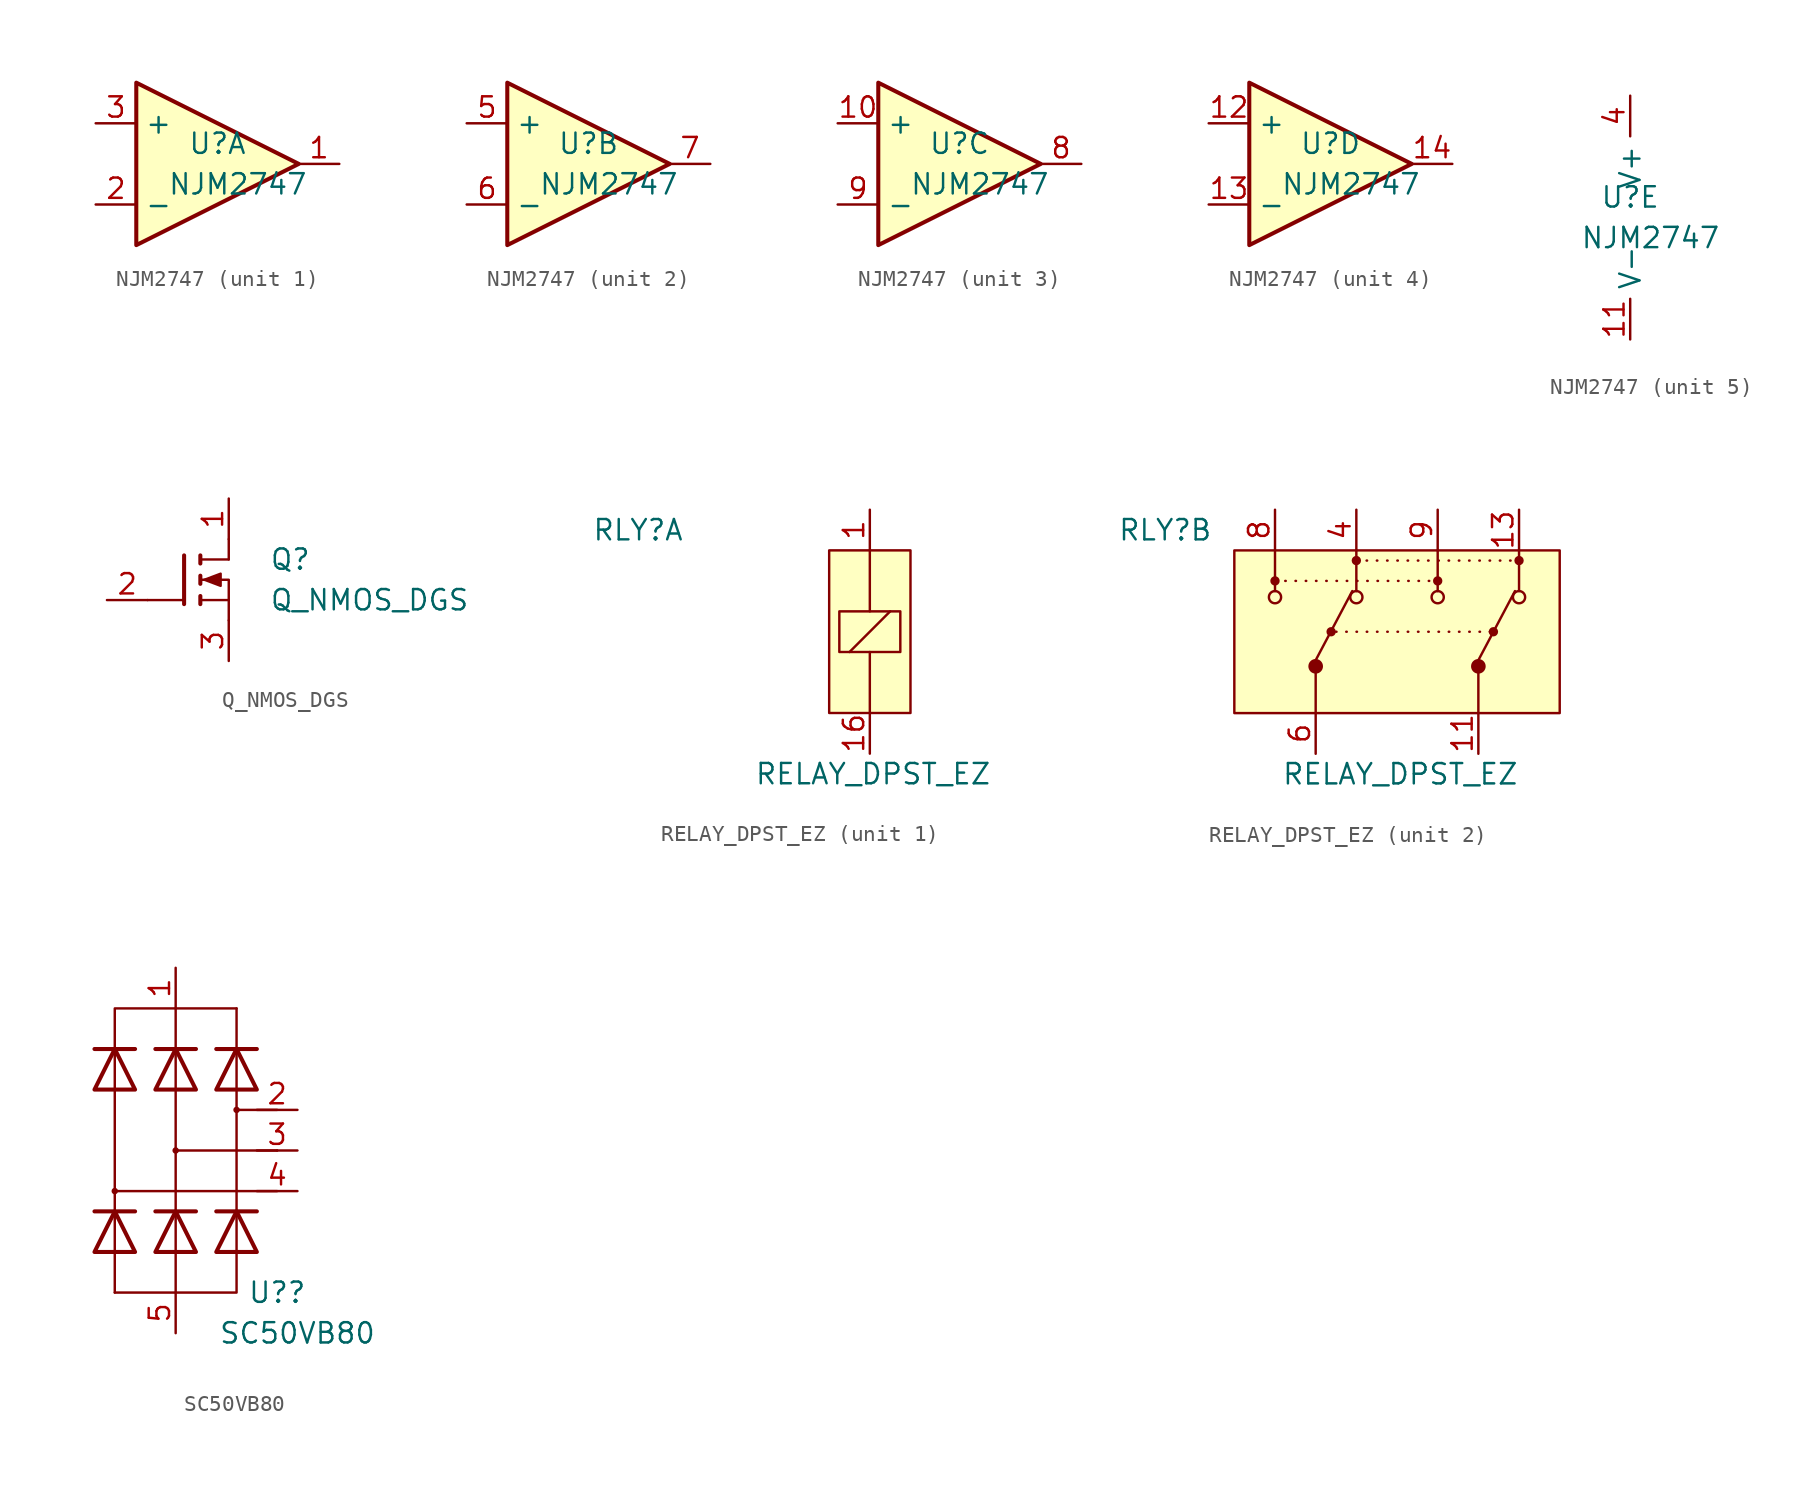
<source format=kicad_sym>
(kicad_symbol_lib
  (version 20220914)
  (generator kicad_symbol_editor)
  (symbol "NJM2747"
    (property "Reference" "U"
      (at 0 1.27 0)
      (effects (font (size 1.27 1.27))))
    (property "Value" "NJM2747"
      (at 1.27 -1.27 0)
      (effects (font (size 1.27 1.27))))
    (property "ki_locked" ""
      (at 0 0 0)
      (effects (font (size 1.27 1.27))))
    (symbol "NJM2747_1_1"
      (polyline (pts (xy -5.08 5.08) (xy 5.08 0) (xy -5.08 -5.08) (xy -5.08 5.08)) (stroke (width 0.254) (type default)) (fill (type background)))
      (pin output line (at 7.62 0 180) (length 2.54) (name "~" (effects (font (size 1.27 1.27)))) (number "1" (effects (font (size 1.27 1.27)))))
      (pin input line (at -7.62 -2.54 0) (length 2.54) (name "-" (effects (font (size 1.27 1.27)))) (number "2" (effects (font (size 1.27 1.27)))))
      (pin input line (at -7.62 2.54 0) (length 2.54) (name "+" (effects (font (size 1.27 1.27)))) (number "3" (effects (font (size 1.27 1.27))))))
    (symbol "NJM2747_2_1"
      (polyline (pts (xy -5.08 5.08) (xy 5.08 0) (xy -5.08 -5.08) (xy -5.08 5.08)) (stroke (width 0.254) (type default)) (fill (type background)))
      (pin input line (at -7.62 2.54 0) (length 2.54) (name "+" (effects (font (size 1.27 1.27)))) (number "5" (effects (font (size 1.27 1.27)))))
      (pin input line (at -7.62 -2.54 0) (length 2.54) (name "-" (effects (font (size 1.27 1.27)))) (number "6" (effects (font (size 1.27 1.27)))))
      (pin output line (at 7.62 0 180) (length 2.54) (name "~" (effects (font (size 1.27 1.27)))) (number "7" (effects (font (size 1.27 1.27))))))
    (symbol "NJM2747_3_1"
      (polyline (pts (xy -5.08 5.08) (xy 5.08 0) (xy -5.08 -5.08) (xy -5.08 5.08)) (stroke (width 0.254) (type default)) (fill (type background)))
      (pin input line (at -7.62 2.54 0) (length 2.54) (name "+" (effects (font (size 1.27 1.27)))) (number "10" (effects (font (size 1.27 1.27)))))
      (pin output line (at 7.62 0 180) (length 2.54) (name "~" (effects (font (size 1.27 1.27)))) (number "8" (effects (font (size 1.27 1.27)))))
      (pin input line (at -7.62 -2.54 0) (length 2.54) (name "-" (effects (font (size 1.27 1.27)))) (number "9" (effects (font (size 1.27 1.27))))))
    (symbol "NJM2747_4_1"
      (polyline (pts (xy -5.08 5.08) (xy 5.08 0) (xy -5.08 -5.08) (xy -5.08 5.08)) (stroke (width 0.254) (type default)) (fill (type background)))
      (pin input line (at -7.62 2.54 0) (length 2.54) (name "+" (effects (font (size 1.27 1.27)))) (number "12" (effects (font (size 1.27 1.27)))))
      (pin input line (at -7.62 -2.54 0) (length 2.54) (name "-" (effects (font (size 1.27 1.27)))) (number "13" (effects (font (size 1.27 1.27)))))
      (pin output line (at 7.62 0 180) (length 2.54) (name "~" (effects (font (size 1.27 1.27)))) (number "14" (effects (font (size 1.27 1.27))))))
    (symbol "NJM2747_5_1"
      (pin power_in line (at 0 -7.62 90) (length 2.54) (name "V-" (effects (font (size 1.27 1.27)))) (number "11" (effects (font (size 1.27 1.27)))))
      (pin power_in line (at 0 7.62 270) (length 2.54) (name "V+" (effects (font (size 1.27 1.27)))) (number "4" (effects (font (size 1.27 1.27)))))))
  (symbol "Q_NMOS_DGS"
    (pin_names
      (offset 0) hide)
    (property "Reference" "Q"
      (at 5.08 1.27 0)
      (effects (font (size 1.27 1.27)) (justify left)))
    (property "Value" "Q_NMOS_DGS"
      (at 5.08 -1.27 0)
      (effects (font (size 1.27 1.27)) (justify left)))
    (symbol "Q_NMOS_DGS_0_1"
      (polyline (pts (xy -2.54 -1.27) (xy -0.254 -1.27)) (stroke (width 0) (type default)) (fill (type none)))
      (polyline (pts (xy -0.254 1.524) (xy -0.254 -1.524)) (stroke (width 0.254) (type default)) (fill (type none)))
      (polyline (pts (xy 0.762 -1.016) (xy 0.762 -1.524)) (stroke (width 0.254) (type default)) (fill (type none)))
      (polyline (pts (xy 0.762 0.254) (xy 0.762 -0.254)) (stroke (width 0.254) (type default)) (fill (type none)))
      (polyline (pts (xy 0.762 1.524) (xy 0.762 1.016)) (stroke (width 0.254) (type default)) (fill (type none)))
      (polyline (pts (xy 2.54 -1.27) (xy 0.762 -1.27)) (stroke (width 0) (type default)) (fill (type none)))
      (polyline (pts (xy 2.54 1.27) (xy 0.762 1.27)) (stroke (width 0) (type default)) (fill (type none)))
      (polyline (pts (xy 2.54 2.54) (xy 2.54 1.27)) (stroke (width 0) (type default)) (fill (type none)))
      (polyline (pts (xy 2.54 -2.54) (xy 2.54 0) (xy 0.762 0)) (stroke (width 0) (type default)) (fill (type none)))
      (polyline (pts (xy 1.016 0) (xy 2.032 0.381) (xy 2.032 -0.381) (xy 1.016 0)) (stroke (width 0) (type default)) (fill (type outline))))
    (symbol "Q_NMOS_DGS_1_0"
      (pin input line (at -5.08 -1.27 0) (length 2.54) (name "G" (effects (font (size 1.27 1.27)))) (number "2" (effects (font (size 1.27 1.27))))))
    (symbol "Q_NMOS_DGS_1_1"
      (pin passive line (at 2.54 5.08 270) (length 2.54) (name "D" (effects (font (size 1.27 1.27)))) (number "1" (effects (font (size 1.27 1.27)))))
      (pin passive line (at 2.54 -5.08 90) (length 2.54) (name "S" (effects (font (size 1.27 1.27)))) (number "3" (effects (font (size 1.27 1.27)))))))
  (symbol "RELAY_DPST_EZ"
    (pin_names
      (offset 1.016) hide)
    (property "Reference" "RLY"
      (at -14.478 6.35 0)
      (effects (font (size 1.27 1.27))))
    (property "Value" "RELAY_DPST_EZ"
      (at 7.62 -8.89 0)
      (effects (font (size 1.27 1.27)) (justify right)))
    (symbol "RELAY_DPST_EZ_1_1"
      (rectangle (start -2.54 5.08) (end 2.54 -5.08) (stroke (width 0) (type solid)) (fill (type background)))
      (rectangle (start -1.905 1.27) (end 1.905 -1.27) (stroke (width 0) (type solid)) (fill (type none)))
      (polyline (pts (xy -1.27 -1.27) (xy 1.27 1.27)) (stroke (width 0) (type solid)) (fill (type none)))
      (polyline (pts (xy 0 -5.08) (xy 0 -1.27)) (stroke (width 0) (type solid)) (fill (type none)))
      (polyline (pts (xy 0 5.08) (xy 0 1.27)) (stroke (width 0) (type solid)) (fill (type none)))
      (pin passive line (at 0 7.62 270) (length 2.54) (name "COIL" (effects (font (size 1.27 1.27)))) (number "1" (effects (font (size 1.27 1.27)))))
      (pin passive line (at 0 -7.62 90) (length 2.54) (name "COIL" (effects (font (size 1.27 1.27)))) (number "16" (effects (font (size 1.27 1.27))))))
    (symbol "RELAY_DPST_EZ_2_1"
      (rectangle (start -10.16 5.08) (end 10.16 -5.08) (stroke (width 0) (type solid)) (fill (type background)))
      (circle (center -7.62 2.159) (radius 0.381) (stroke (width 0) (type solid)) (fill (type none)))
      (circle (center -7.62 3.175) (radius 0.217) (stroke (width 0) (type default)) (fill (type outline)))
      (circle (center -5.08 -2.159) (radius 0.381) (stroke (width 0) (type solid)) (fill (type outline)))
      (circle (center -4.115 0) (radius 0.217) (stroke (width 0) (type default)) (fill (type outline)))
      (circle (center -2.54 2.159) (radius 0.381) (stroke (width 0) (type solid)) (fill (type none)))
      (circle (center -2.54 4.445) (radius 0.217) (stroke (width 0) (type default)) (fill (type outline)))
      (polyline (pts (xy -7.62 3.175) (xy 2.54 3.175)) (stroke (width 0) (type dot)) (fill (type none)))
      (polyline (pts (xy -7.62 5.08) (xy -7.62 2.54)) (stroke (width 0) (type solid)) (fill (type none)))
      (polyline (pts (xy -5.08 -5.08) (xy -5.08 -2.54)) (stroke (width 0) (type solid)) (fill (type none)))
      (polyline (pts (xy -5.08 -1.778) (xy -2.794 2.54)) (stroke (width 0) (type solid)) (fill (type none)))
      (polyline (pts (xy -3.81 0) (xy 6.35 0)) (stroke (width 0) (type dot)) (fill (type none)))
      (polyline (pts (xy -2.54 4.445) (xy 7.62 4.445)) (stroke (width 0) (type dot)) (fill (type none)))
      (polyline (pts (xy -2.54 5.08) (xy -2.54 2.54)) (stroke (width 0) (type solid)) (fill (type none)))
      (polyline (pts (xy 2.54 5.08) (xy 2.54 2.54)) (stroke (width 0) (type solid)) (fill (type none)))
      (polyline (pts (xy 5.08 -5.08) (xy 5.08 -2.54)) (stroke (width 0) (type solid)) (fill (type none)))
      (polyline (pts (xy 5.08 -1.778) (xy 7.366 2.54)) (stroke (width 0) (type solid)) (fill (type none)))
      (polyline (pts (xy 7.62 5.08) (xy 7.62 2.54)) (stroke (width 0) (type solid)) (fill (type none)))
      (circle (center 2.54 2.159) (radius 0.381) (stroke (width 0) (type solid)) (fill (type none)))
      (circle (center 2.54 3.175) (radius 0.217) (stroke (width 0) (type default)) (fill (type outline)))
      (circle (center 5.08 -2.159) (radius 0.381) (stroke (width 0) (type solid)) (fill (type outline)))
      (circle (center 6.02 0) (radius 0.217) (stroke (width 0) (type default)) (fill (type outline)))
      (circle (center 7.62 2.159) (radius 0.381) (stroke (width 0) (type solid)) (fill (type none)))
      (circle (center 7.62 4.445) (radius 0.217) (stroke (width 0) (type default)) (fill (type outline)))
      (pin passive line (at 5.08 -7.62 90) (length 2.54) (name "COM2" (effects (font (size 1.27 1.27)))) (number "11" (effects (font (size 1.27 1.27)))))
      (pin passive line (at 7.62 7.62 270) (length 2.54) (name "NC2" (effects (font (size 1.27 1.27)))) (number "13" (effects (font (size 1.27 1.27)))))
      (pin passive line (at -2.54 7.62 270) (length 2.54) (name "NC1" (effects (font (size 1.27 1.27)))) (number "4" (effects (font (size 1.27 1.27)))))
      (pin passive line (at -5.08 -7.62 90) (length 2.54) (name "COM1" (effects (font (size 1.27 1.27)))) (number "6" (effects (font (size 1.27 1.27)))))
      (pin passive line (at -7.62 7.62 270) (length 2.54) (name "NO1" (effects (font (size 1.27 1.27)))) (number "8" (effects (font (size 1.27 1.27)))))
      (pin passive line (at 2.54 7.62 270) (length 2.54) (name "NO2" (effects (font (size 1.27 1.27)))) (number "9" (effects (font (size 1.27 1.27)))))))
  (symbol "SC50VB80"
    (property "Reference" "U?"
      (at 6.35 -8.89 0)
      (effects (font (size 1.27 1.27))))
    (property "Value" "SC50VB80"
      (at 7.62 -11.43 0)
      (effects (font (size 1.27 1.27))))
    (symbol "SC50VB80_0_1"
      (polyline (pts (xy -3.81 -6.35) (xy -3.81 -3.81)) (stroke (width 0) (type default)) (fill (type none)))
      (polyline (pts (xy -3.81 3.81) (xy -3.81 -3.81)) (stroke (width 0) (type default)) (fill (type none)))
      (polyline (pts (xy -3.81 3.81) (xy -3.81 6.35)) (stroke (width 0) (type default)) (fill (type none)))
      (polyline (pts (xy -2.54 -3.81) (xy -5.08 -3.81)) (stroke (width 0.254) (type default)) (fill (type none)))
      (polyline (pts (xy -2.54 6.35) (xy -5.08 6.35)) (stroke (width 0.254) (type default)) (fill (type none)))
      (polyline (pts (xy 0 -6.35) (xy 0 -3.81)) (stroke (width 0) (type default)) (fill (type none)))
      (polyline (pts (xy 0 3.81) (xy 0 -3.81)) (stroke (width 0) (type default)) (fill (type none)))
      (polyline (pts (xy 0 3.81) (xy 0 6.35)) (stroke (width 0) (type default)) (fill (type none)))
      (polyline (pts (xy 1.27 -3.81) (xy -1.27 -3.81)) (stroke (width 0.254) (type default)) (fill (type none)))
      (polyline (pts (xy 1.27 6.35) (xy -1.27 6.35)) (stroke (width 0.254) (type default)) (fill (type none)))
      (polyline (pts (xy 3.81 -6.35) (xy 3.81 -3.81)) (stroke (width 0) (type default)) (fill (type none)))
      (polyline (pts (xy 3.81 3.81) (xy 3.81 -3.81)) (stroke (width 0) (type default)) (fill (type none)))
      (polyline (pts (xy 3.81 3.81) (xy 3.81 6.35)) (stroke (width 0) (type default)) (fill (type none)))
      (polyline (pts (xy 5.08 -3.81) (xy 2.54 -3.81)) (stroke (width 0.254) (type default)) (fill (type none)))
      (polyline (pts (xy 5.08 6.35) (xy 2.54 6.35)) (stroke (width 0.254) (type default)) (fill (type none)))
      (polyline (pts (xy 6.35 0) (xy 6.35 0)) (stroke (width 0) (type default)) (fill (type none)))
      (polyline (pts (xy -2.54 -6.35) (xy -5.08 -6.35) (xy -3.81 -3.81) (xy -2.54 -6.35)) (stroke (width 0.254) (type default)) (fill (type none)))
      (polyline (pts (xy -2.54 3.81) (xy -5.08 3.81) (xy -3.81 6.35) (xy -2.54 3.81)) (stroke (width 0.254) (type default)) (fill (type none)))
      (polyline (pts (xy 1.27 -6.35) (xy -1.27 -6.35) (xy 0 -3.81) (xy 1.27 -6.35)) (stroke (width 0.254) (type default)) (fill (type none)))
      (polyline (pts (xy 1.27 3.81) (xy -1.27 3.81) (xy 0 6.35) (xy 1.27 3.81)) (stroke (width 0.254) (type default)) (fill (type none)))
      (polyline (pts (xy 5.08 -6.35) (xy 2.54 -6.35) (xy 3.81 -3.81) (xy 5.08 -6.35)) (stroke (width 0.254) (type default)) (fill (type none)))
      (polyline (pts (xy 5.08 3.81) (xy 2.54 3.81) (xy 3.81 6.35) (xy 5.08 3.81)) (stroke (width 0.254) (type default)) (fill (type none))))
    (symbol "SC50VB80_1_1"
      (circle (center -3.81 -2.54) (radius 0.127) (stroke (width 0) (type default)) (fill (type outline)))
      (polyline (pts (xy -3.81 -6.35) (xy -3.81 -8.89)) (stroke (width 0) (type default)) (fill (type none)))
      (polyline (pts (xy 0 -6.35) (xy 0 -8.89)) (stroke (width 0) (type default)) (fill (type none)))
      (polyline (pts (xy 0 6.35) (xy 0 8.89)) (stroke (width 0) (type default)) (fill (type none)))
      (polyline (pts (xy 3.81 6.35) (xy 3.81 8.89)) (stroke (width 0) (type default)) (fill (type none)))
      (polyline (pts (xy 6.35 -2.54) (xy -3.81 -2.54)) (stroke (width 0) (type default)) (fill (type none)))
      (polyline (pts (xy 6.35 0) (xy 0 0)) (stroke (width 0) (type default)) (fill (type none)))
      (polyline (pts (xy 6.35 2.54) (xy 3.81 2.54)) (stroke (width 0) (type default)) (fill (type none)))
      (polyline (pts (xy -3.81 -8.89) (xy 3.81 -8.89) (xy 3.81 -6.35)) (stroke (width 0) (type default)) (fill (type none)))
      (polyline (pts (xy -3.81 6.35) (xy -3.81 8.89) (xy 3.81 8.89)) (stroke (width 0) (type default)) (fill (type none)))
      (circle (center 0 0) (radius 0.127) (stroke (width 0) (type default)) (fill (type outline)))
      (circle (center 3.81 2.54) (radius 0.127) (stroke (width 0) (type default)) (fill (type outline)))
      (pin passive line (at 0 11.43 270) (length 2.54) (name "" (effects (font (size 1.27 1.27)))) (number "1" (effects (font (size 1.27 1.27)))))
      (pin passive line (at 7.62 2.54 180) (length 2.54) (name "" (effects (font (size 1.27 1.27)))) (number "2" (effects (font (size 1.27 1.27)))))
      (pin passive line (at 7.62 0 180) (length 2.54) (name "" (effects (font (size 1.27 1.27)))) (number "3" (effects (font (size 1.27 1.27)))))
      (pin passive line (at 7.62 -2.54 180) (length 2.54) (name "" (effects (font (size 1.27 1.27)))) (number "4" (effects (font (size 1.27 1.27)))))
      (pin passive line (at 0 -11.43 90) (length 2.54) (name "" (effects (font (size 1.27 1.27)))) (number "5" (effects (font (size 1.27 1.27))))))))
</source>
